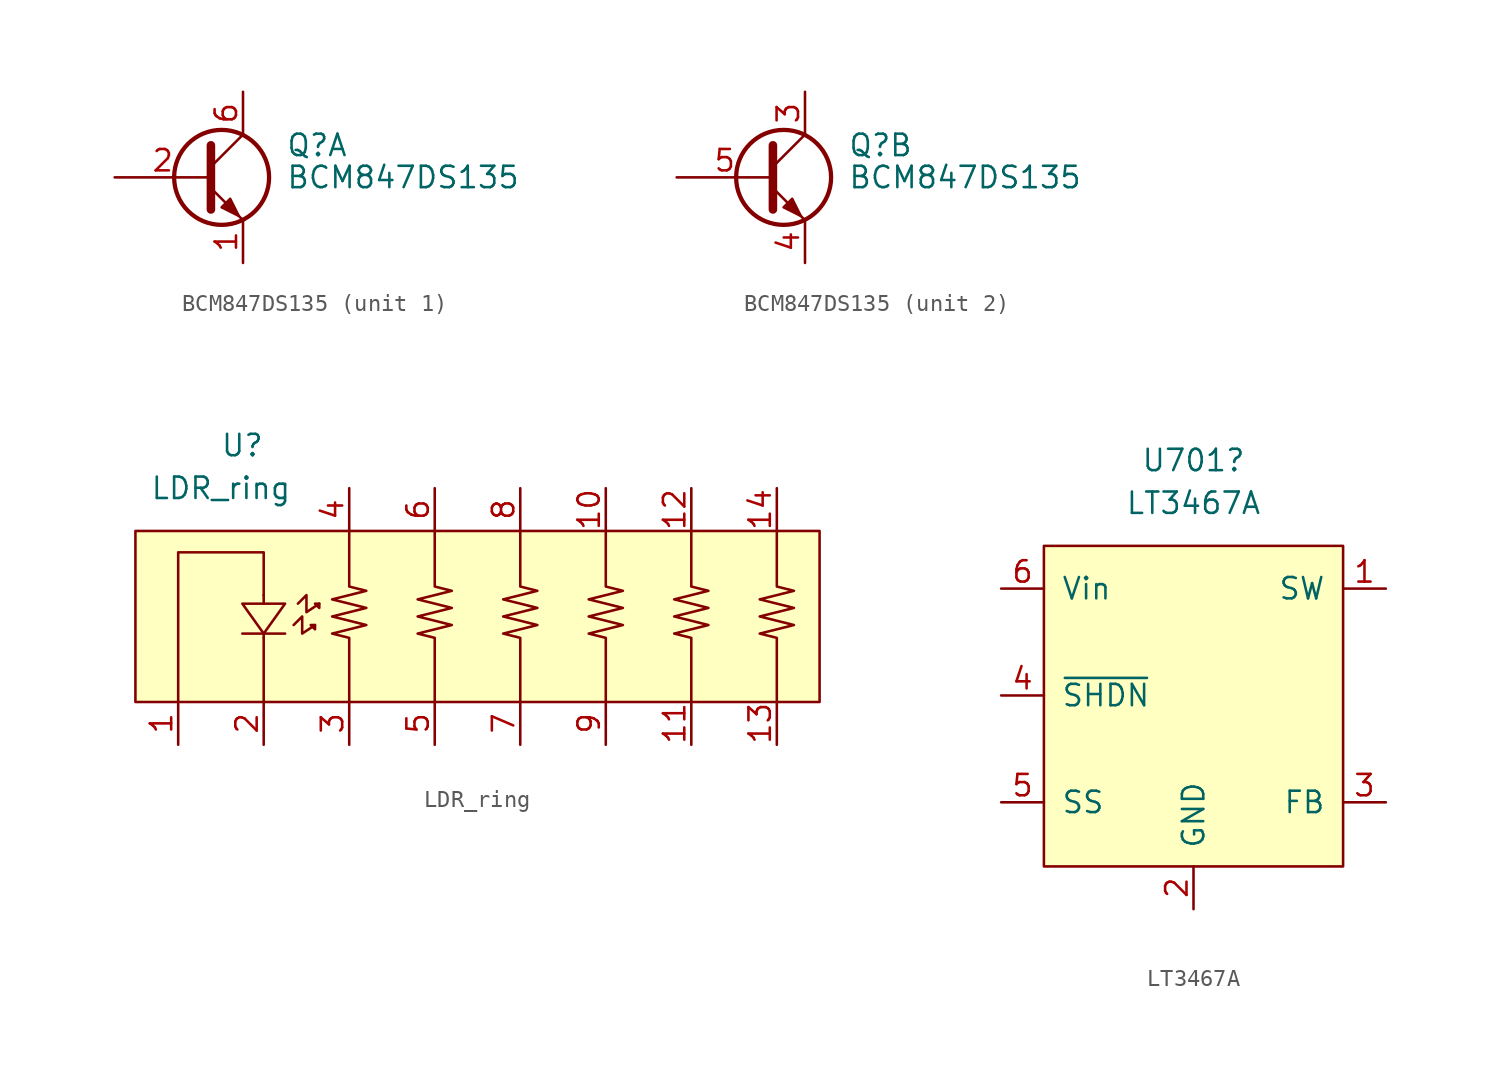
<source format=kicad_sym>
(kicad_symbol_lib
  (version 20211014)
  (generator kicad_symbol_editor)
  (symbol "BCM847DS135"
    (pin_names
      (offset 0) hide)
    (property "Reference" "Q"
      (at 5.08 1.905 0)
      (effects (font (size 1.27 1.27)) (justify left)))
    (property "Value" "BCM847DS135"
      (at 5.08 0 0)
      (effects (font (size 1.27 1.27)) (justify left)))
    (symbol "BCM847DS135_0_1"
      (polyline (pts (xy 0.635 0.635) (xy 2.54 2.54)) (stroke (width 0) (type default) (color 0 0 0 0)) (fill (type none)))
      (polyline (pts (xy 0.635 -0.635) (xy 2.54 -2.54) (xy 2.54 -2.54)) (stroke (width 0) (type default) (color 0 0 0 0)) (fill (type none)))
      (polyline (pts (xy 0.635 1.905) (xy 0.635 -1.905) (xy 0.635 -1.905)) (stroke (width 0.508) (type default) (color 0 0 0 0)) (fill (type none)))
      (polyline (pts (xy 1.27 -1.778) (xy 1.778 -1.27) (xy 2.286 -2.286) (xy 1.27 -1.778) (xy 1.27 -1.778)) (stroke (width 0) (type default) (color 0 0 0 0)) (fill (type outline)))
      (circle (center 1.27 0) (radius 2.819) (stroke (width 0.254) (type default) (color 0 0 0 0)) (fill (type none))))
    (symbol "BCM847DS135_1_1"
      (pin passive line (at 2.54 -5.08 90) (length 2.54) (name "E" (effects (font (size 1.27 1.27)))) (number "1" (effects (font (size 1.27 1.27)))))
      (pin passive line (at -5.08 0 0) (length 5.715) (name "B" (effects (font (size 1.27 1.27)))) (number "2" (effects (font (size 1.27 1.27)))))
      (pin passive line (at 2.54 5.08 270) (length 2.54) (name "C" (effects (font (size 1.27 1.27)))) (number "6" (effects (font (size 1.27 1.27))))))
    (symbol "BCM847DS135_2_1"
      (pin passive line (at 2.54 5.08 270) (length 2.54) (name "C" (effects (font (size 1.27 1.27)))) (number "3" (effects (font (size 1.27 1.27)))))
      (pin passive line (at 2.54 -5.08 90) (length 2.54) (name "E" (effects (font (size 1.27 1.27)))) (number "4" (effects (font (size 1.27 1.27)))))
      (pin passive line (at -5.08 0 0) (length 5.715) (name "B" (effects (font (size 1.27 1.27)))) (number "5" (effects (font (size 1.27 1.27)))))))
  (symbol "LDR_ring"
    (property "Reference" "U"
      (at -13.97 10.16 0)
      (effects (font (size 1.27 1.27))))
    (property "Value" "LDR_ring"
      (at -15.24 7.62 0)
      (effects (font (size 1.27 1.27))))
    (symbol "LDR_ring_0_1"
      (rectangle (start -20.32 -5.08) (end 20.32 5.08) (stroke (width 0) (type default) (color 0 0 0 0)) (fill (type background)))
      (polyline (pts (xy -12.7 -1.27) (xy -12.7 -5.08)) (stroke (width 0) (type default) (color 0 0 0 0)) (fill (type none)))
      (polyline (pts (xy -12.7 -1.016) (xy -12.7 -1.27)) (stroke (width 0) (type default) (color 0 0 0 0)) (fill (type none)))
      (polyline (pts (xy -12.7 1.27) (xy -12.7 0.762)) (stroke (width 0) (type default) (color 0 0 0 0)) (fill (type none)))
      (polyline (pts (xy -11.43 -1.016) (xy -13.97 -1.016)) (stroke (width 0) (type default) (color 0 0 0 0)) (fill (type none)))
      (polyline (pts (xy -12.7 1.27) (xy -12.7 3.81) (xy -17.78 3.81) (xy -17.78 -5.08)) (stroke (width 0) (type default) (color 0 0 0 0)) (fill (type none)))
      (polyline (pts (xy -11.43 0.762) (xy -12.7 -1.016) (xy -13.97 0.762) (xy -11.43 0.762)) (stroke (width 0) (type default) (color 0 0 0 0)) (fill (type none)))
      (polyline (pts (xy -10.922 -0.508) (xy -10.414 0) (xy -10.414 -1.016) (xy -9.652 -0.508)) (stroke (width 0) (type default) (color 0 0 0 0)) (fill (type none)))
      (polyline (pts (xy -10.668 0.762) (xy -10.16 1.27) (xy -10.16 0.254) (xy -9.398 0.762)) (stroke (width 0) (type default) (color 0 0 0 0)) (fill (type none)))
      (polyline (pts (xy -9.652 -0.508) (xy -9.652 -0.762) (xy -9.906 -0.508) (xy -9.652 -0.508)) (stroke (width 0) (type default) (color 0 0 0 0)) (fill (type none)))
      (polyline (pts (xy -9.398 0.762) (xy -9.398 0.508) (xy -9.652 0.762) (xy -9.398 0.762)) (stroke (width 0) (type default) (color 0 0 0 0)) (fill (type none)))
      (polyline (pts (xy -7.62 5.08) (xy -7.62 1.778) (xy -6.604 1.524) (xy -8.636 1.016) (xy -6.604 0.508) (xy -8.636 0) (xy -6.604 -0.508) (xy -8.636 -1.016) (xy -7.62 -1.27) (xy -7.62 -5.08)) (stroke (width 0) (type default) (color 0 0 0 0)) (fill (type none)))
      (polyline (pts (xy -2.54 5.08) (xy -2.54 1.778) (xy -1.524 1.524) (xy -3.556 1.016) (xy -1.524 0.508) (xy -3.556 0) (xy -1.524 -0.508) (xy -3.556 -1.016) (xy -2.54 -1.27) (xy -2.54 -5.08)) (stroke (width 0) (type default) (color 0 0 0 0)) (fill (type none)))
      (polyline (pts (xy 2.54 5.08) (xy 2.54 1.778) (xy 3.556 1.524) (xy 1.524 1.016) (xy 3.556 0.508) (xy 1.524 0) (xy 3.556 -0.508) (xy 1.524 -1.016) (xy 2.54 -1.27) (xy 2.54 -5.08)) (stroke (width 0) (type default) (color 0 0 0 0)) (fill (type none)))
      (polyline (pts (xy 7.62 5.08) (xy 7.62 1.778) (xy 8.636 1.524) (xy 6.604 1.016) (xy 8.636 0.508) (xy 6.604 0) (xy 8.636 -0.508) (xy 6.604 -1.016) (xy 7.62 -1.27) (xy 7.62 -5.08)) (stroke (width 0) (type default) (color 0 0 0 0)) (fill (type none)))
      (polyline (pts (xy 12.7 5.08) (xy 12.7 1.778) (xy 13.716 1.524) (xy 11.684 1.016) (xy 13.716 0.508) (xy 11.684 0) (xy 13.716 -0.508) (xy 11.684 -1.016) (xy 12.7 -1.27) (xy 12.7 -5.08)) (stroke (width 0) (type default) (color 0 0 0 0)) (fill (type none)))
      (polyline (pts (xy 17.78 5.08) (xy 17.78 1.778) (xy 18.796 1.524) (xy 16.764 1.016) (xy 18.796 0.508) (xy 16.764 0) (xy 18.796 -0.508) (xy 16.764 -1.016) (xy 17.78 -1.27) (xy 17.78 -5.08)) (stroke (width 0) (type default) (color 0 0 0 0)) (fill (type none))))
    (symbol "LDR_ring_1_1"
      (pin passive line (at -17.78 -7.62 90) (length 2.54) (name "" (effects (font (size 1.27 1.27)))) (number "1" (effects (font (size 1.27 1.27)))))
      (pin passive line (at 7.62 7.62 270) (length 2.54) (name "" (effects (font (size 1.27 1.27)))) (number "10" (effects (font (size 1.27 1.27)))))
      (pin passive line (at 12.7 -7.62 90) (length 2.54) (name "" (effects (font (size 1.27 1.27)))) (number "11" (effects (font (size 1.27 1.27)))))
      (pin passive line (at 12.7 7.62 270) (length 2.54) (name "" (effects (font (size 1.27 1.27)))) (number "12" (effects (font (size 1.27 1.27)))))
      (pin passive line (at 17.78 -7.62 90) (length 2.54) (name "" (effects (font (size 1.27 1.27)))) (number "13" (effects (font (size 1.27 1.27)))))
      (pin passive line (at 17.78 7.62 270) (length 2.54) (name "" (effects (font (size 1.27 1.27)))) (number "14" (effects (font (size 1.27 1.27)))))
      (pin passive line (at -12.7 -7.62 90) (length 2.54) (name "" (effects (font (size 1.27 1.27)))) (number "2" (effects (font (size 1.27 1.27)))))
      (pin passive line (at -7.62 -7.62 90) (length 2.54) (name "" (effects (font (size 1.27 1.27)))) (number "3" (effects (font (size 1.27 1.27)))))
      (pin passive line (at -7.62 7.62 270) (length 2.54) (name "" (effects (font (size 1.27 1.27)))) (number "4" (effects (font (size 1.27 1.27)))))
      (pin passive line (at -2.54 -7.62 90) (length 2.54) (name "" (effects (font (size 1.27 1.27)))) (number "5" (effects (font (size 1.27 1.27)))))
      (pin passive line (at -2.54 7.62 270) (length 2.54) (name "" (effects (font (size 1.27 1.27)))) (number "6" (effects (font (size 1.27 1.27)))))
      (pin passive line (at 2.54 -7.62 90) (length 2.54) (name "" (effects (font (size 1.27 1.27)))) (number "7" (effects (font (size 1.27 1.27)))))
      (pin passive line (at 2.54 7.62 270) (length 2.54) (name "" (effects (font (size 1.27 1.27)))) (number "8" (effects (font (size 1.27 1.27)))))
      (pin passive line (at 7.62 -7.62 90) (length 2.54) (name "" (effects (font (size 1.27 1.27)))) (number "9" (effects (font (size 1.27 1.27)))))))
  (symbol "LT3467A"
    (pin_names
      (offset 1.016))
    (property "Reference" "U701"
      (at 0 13.97 0)
      (effects (font (size 1.27 1.27))))
    (property "Value" "LT3467A"
      (at 0 11.43 0)
      (effects (font (size 1.27 1.27))))
    (symbol "LT3467A_0_1"
      (rectangle (start -8.89 8.89) (end 8.89 -10.16) (stroke (width 0) (type default) (color 0 0 0 0)) (fill (type background))))
    (symbol "LT3467A_1_1"
      (pin power_out line (at 11.43 6.35 180) (length 2.54) (name "SW" (effects (font (size 1.27 1.27)))) (number "1" (effects (font (size 1.27 1.27)))))
      (pin power_in line (at 0 -12.7 90) (length 2.54) (name "GND" (effects (font (size 1.27 1.27)))) (number "2" (effects (font (size 1.27 1.27)))))
      (pin input line (at 11.43 -6.35 180) (length 2.54) (name "FB" (effects (font (size 1.27 1.27)))) (number "3" (effects (font (size 1.27 1.27)))))
      (pin input line (at -11.43 0 0) (length 2.54) (name "~{SHDN}" (effects (font (size 1.27 1.27)))) (number "4" (effects (font (size 1.27 1.27)))))
      (pin input line (at -11.43 -6.35 0) (length 2.54) (name "SS" (effects (font (size 1.27 1.27)))) (number "5" (effects (font (size 1.27 1.27)))))
      (pin power_in line (at -11.43 6.35 0) (length 2.54) (name "Vin" (effects (font (size 1.27 1.27)))) (number "6" (effects (font (size 1.27 1.27))))))))
</source>
